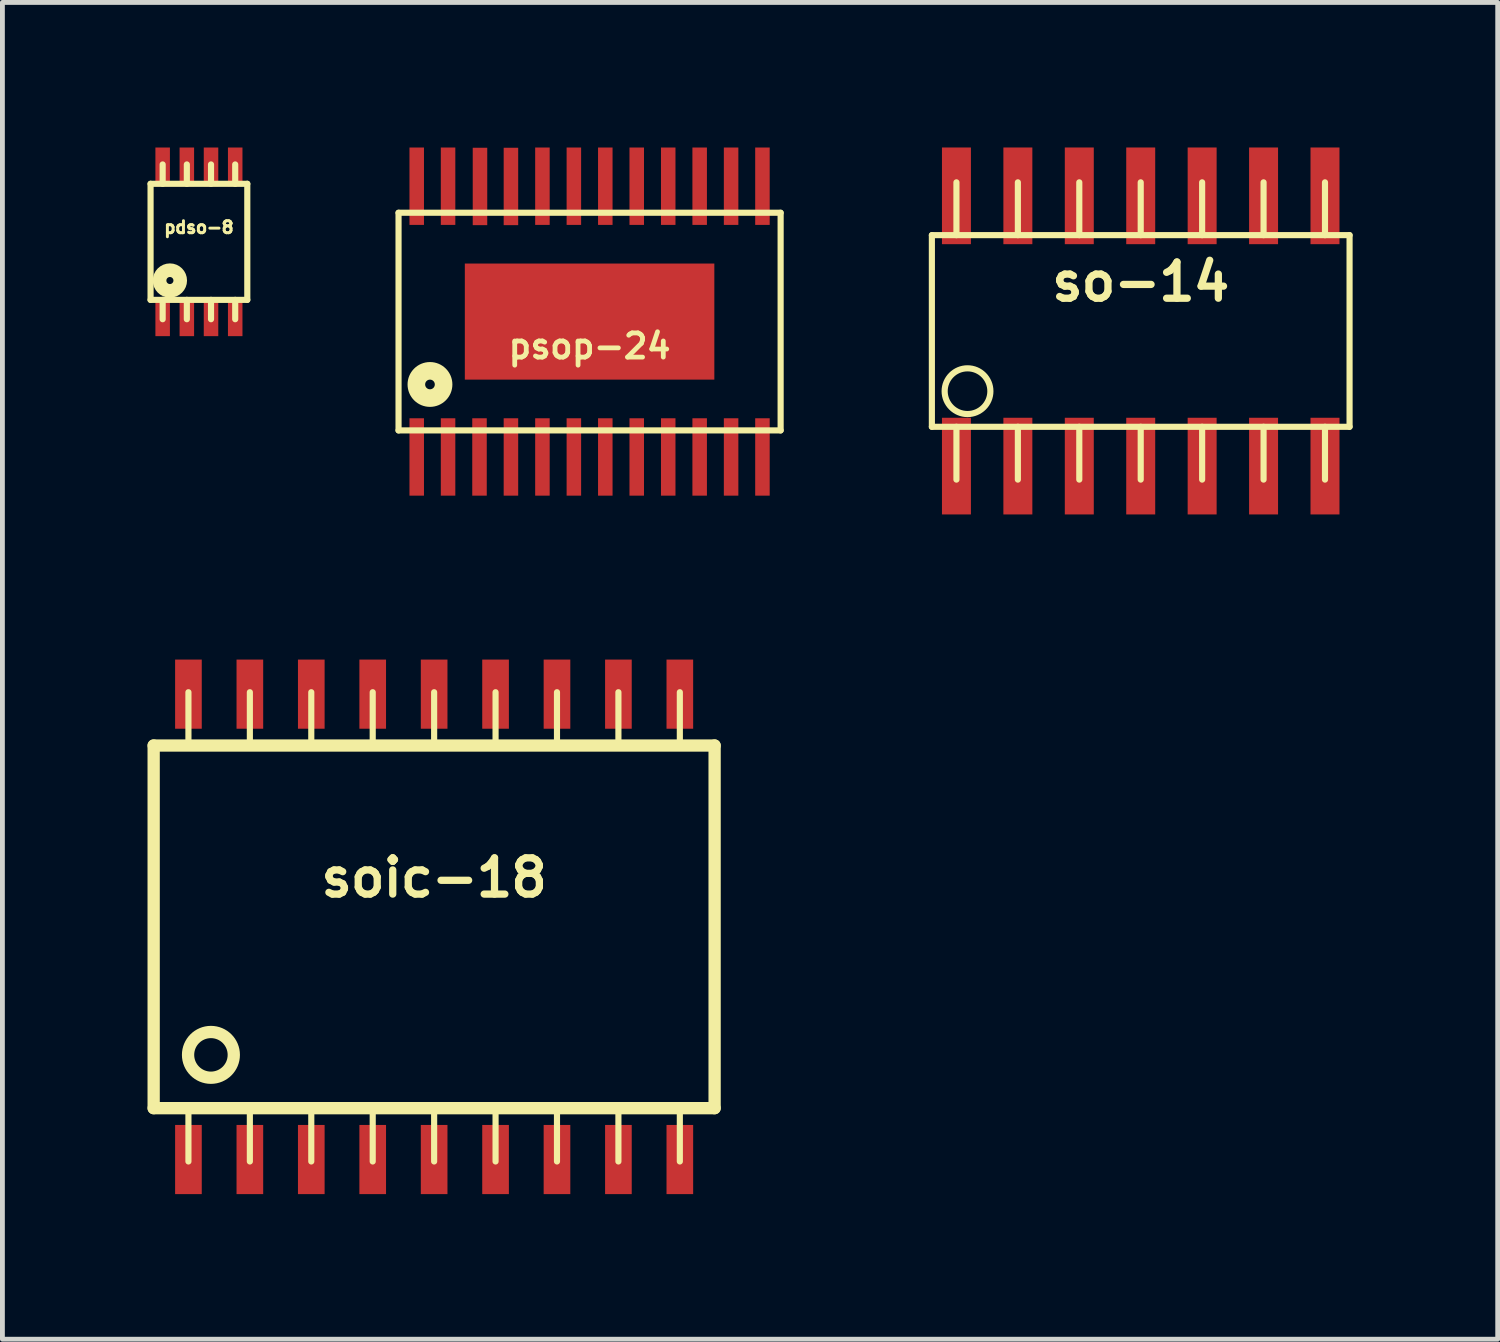
<source format=kicad_pcb>
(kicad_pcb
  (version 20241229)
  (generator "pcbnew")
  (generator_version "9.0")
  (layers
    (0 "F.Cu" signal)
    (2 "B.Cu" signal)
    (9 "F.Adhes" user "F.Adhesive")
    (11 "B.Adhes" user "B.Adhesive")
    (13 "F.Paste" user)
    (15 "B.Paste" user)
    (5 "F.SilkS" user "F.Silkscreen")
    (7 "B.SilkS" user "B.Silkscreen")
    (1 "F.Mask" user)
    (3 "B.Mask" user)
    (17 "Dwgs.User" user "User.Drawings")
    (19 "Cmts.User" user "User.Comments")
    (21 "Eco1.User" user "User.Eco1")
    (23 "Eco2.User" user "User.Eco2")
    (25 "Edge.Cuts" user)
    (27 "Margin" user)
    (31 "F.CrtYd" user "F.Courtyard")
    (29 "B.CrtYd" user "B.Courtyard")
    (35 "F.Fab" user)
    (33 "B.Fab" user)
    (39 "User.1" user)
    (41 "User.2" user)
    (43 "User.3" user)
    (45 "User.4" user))
  (footprint "soic-18"
    (layer "F.Cu")
    (at 5.926 16.113)
    (property "Reference" "soic-18" (at 0 -1.016 0) (layer "F.SilkS") (effects (font (size 0.749 0.749) (thickness 0.15))))
    (attr through_hole)
    (fp_line (start -5.799 -3.749) (end -5.799 3.749) (stroke (width 0.254) (type solid)) (layer "F.SilkS"))
    (fp_line (start -5.799 3.749) (end 5.799 3.749) (stroke (width 0.254) (type solid)) (layer "F.SilkS"))
    (fp_line (start -5.08 -3.759) (end -5.08 -4.851) (stroke (width 0.127) (type solid)) (layer "F.SilkS"))
    (fp_line (start -5.08 4.851) (end -5.08 3.759) (stroke (width 0.127) (type solid)) (layer "F.SilkS"))
    (fp_line (start -3.81 -3.759) (end -3.81 -4.851) (stroke (width 0.127) (type solid)) (layer "F.SilkS"))
    (fp_line (start -3.81 3.759) (end -3.81 4.851) (stroke (width 0.127) (type solid)) (layer "F.SilkS"))
    (fp_line (start -2.54 -3.759) (end -2.54 -4.851) (stroke (width 0.127) (type solid)) (layer "F.SilkS"))
    (fp_line (start -2.54 4.851) (end -2.54 3.759) (stroke (width 0.127) (type solid)) (layer "F.SilkS"))
    (fp_line (start -1.27 -4.851) (end -1.27 -3.759) (stroke (width 0.127) (type solid)) (layer "F.SilkS"))
    (fp_line (start -1.27 4.851) (end -1.27 3.759) (stroke (width 0.127) (type solid)) (layer "F.SilkS"))
    (fp_line (start 0 -4.851) (end 0 -3.759) (stroke (width 0.127) (type solid)) (layer "F.SilkS"))
    (fp_line (start 0 4.851) (end 0 3.759) (stroke (width 0.127) (type solid)) (layer "F.SilkS"))
    (fp_line (start 1.27 -4.851) (end 1.27 -3.759) (stroke (width 0.127) (type solid)) (layer "F.SilkS"))
    (fp_line (start 1.27 4.851) (end 1.27 3.759) (stroke (width 0.127) (type solid)) (layer "F.SilkS"))
    (fp_line (start 2.54 -3.759) (end 2.54 -4.851) (stroke (width 0.127) (type solid)) (layer "F.SilkS"))
    (fp_line (start 2.54 3.759) (end 2.54 4.851) (stroke (width 0.127) (type solid)) (layer "F.SilkS"))
    (fp_line (start 3.81 -3.759) (end 3.81 -4.851) (stroke (width 0.127) (type solid)) (layer "F.SilkS"))
    (fp_line (start 3.81 3.759) (end 3.81 4.851) (stroke (width 0.127) (type solid)) (layer "F.SilkS"))
    (fp_line (start 5.08 -3.759) (end 5.08 -4.851) (stroke (width 0.127) (type solid)) (layer "F.SilkS"))
    (fp_line (start 5.08 3.759) (end 5.08 4.851) (stroke (width 0.127) (type solid)) (layer "F.SilkS"))
    (fp_line (start 5.799 -3.749) (end -5.799 -3.749) (stroke (width 0.254) (type solid)) (layer "F.SilkS"))
    (fp_line (start 5.799 3.749) (end 5.799 -3.749) (stroke (width 0.254) (type solid)) (layer "F.SilkS"))
    (fp_circle (center -4.615 2.647) (end -4.895 3.028) (stroke (width 0.254) (type solid)) (fill no) (layer "F.SilkS"))
    (pad "1" smd rect (at -5.08 4.811) (size 0.551 1.43) (layers "F.Cu" "F.Mask" "F.Paste"))
    (pad "2" smd rect (at -3.81 4.811) (size 0.551 1.43) (layers "F.Cu" "F.Mask" "F.Paste"))
    (pad "3" smd rect (at -2.54 4.811) (size 0.551 1.43) (layers "F.Cu" "F.Mask" "F.Paste"))
    (pad "4" smd rect (at -1.27 4.811) (size 0.551 1.43) (layers "F.Cu" "F.Mask" "F.Paste"))
    (pad "5" smd rect (at 0 4.811) (size 0.551 1.43) (layers "F.Cu" "F.Mask" "F.Paste"))
    (pad "6" smd rect (at 1.27 4.811) (size 0.551 1.43) (layers "F.Cu" "F.Mask" "F.Paste"))
    (pad "7" smd rect (at 2.54 4.811) (size 0.551 1.43) (layers "F.Cu" "F.Mask" "F.Paste"))
    (pad "8" smd rect (at 3.81 4.811) (size 0.551 1.43) (layers "F.Cu" "F.Mask" "F.Paste"))
    (pad "9" smd rect (at 5.08 4.811) (size 0.551 1.43) (layers "F.Cu" "F.Mask" "F.Paste"))
    (pad "10" smd rect (at 5.08 -4.811) (size 0.551 1.43) (layers "F.Cu" "F.Mask" "F.Paste"))
    (pad "11" smd rect (at 3.81 -4.811) (size 0.551 1.43) (layers "F.Cu" "F.Mask" "F.Paste"))
    (pad "12" smd rect (at 2.54 -4.811) (size 0.551 1.43) (layers "F.Cu" "F.Mask" "F.Paste"))
    (pad "13" smd rect (at 1.27 -4.811) (size 0.551 1.43) (layers "F.Cu" "F.Mask" "F.Paste"))
    (pad "14" smd rect (at 0 -4.811) (size 0.551 1.43) (layers "F.Cu" "F.Mask" "F.Paste"))
    (pad "15" smd rect (at -1.27 -4.811) (size 0.551 1.43) (layers "F.Cu" "F.Mask" "F.Paste"))
    (pad "16" smd rect (at -2.54 -4.811) (size 0.551 1.43) (layers "F.Cu" "F.Mask" "F.Paste"))
    (pad "17" smd rect (at -3.81 -4.811) (size 0.551 1.43) (layers "F.Cu" "F.Mask" "F.Paste"))
    (pad "18" smd rect (at -5.08 -4.811) (size 0.551 1.43) (layers "F.Cu" "F.Mask" "F.Paste")))
  (footprint "so-14"
    (layer "F.Cu")
    (at 20.535 3.793)
    (property "Reference" "so-14" (at 0 -1.016 0) (layer "F.SilkS") (effects (font (size 0.749 0.749) (thickness 0.15))))
    (attr through_hole)
    (fp_line (start -4.318 -1.981) (end -4.318 1.981) (stroke (width 0.127) (type solid)) (layer "F.SilkS"))
    (fp_line (start -4.318 1.981) (end 4.318 1.981) (stroke (width 0.127) (type solid)) (layer "F.SilkS"))
    (fp_line (start -3.81 -1.981) (end -3.81 -3.073) (stroke (width 0.127) (type solid)) (layer "F.SilkS"))
    (fp_line (start -3.81 1.981) (end -3.81 3.073) (stroke (width 0.127) (type solid)) (layer "F.SilkS"))
    (fp_line (start -2.54 -1.981) (end -2.54 -3.073) (stroke (width 0.127) (type solid)) (layer "F.SilkS"))
    (fp_line (start -2.54 3.073) (end -2.54 1.981) (stroke (width 0.127) (type solid)) (layer "F.SilkS"))
    (fp_line (start -1.27 -1.981) (end -1.27 -3.073) (stroke (width 0.127) (type solid)) (layer "F.SilkS"))
    (fp_line (start -1.27 3.073) (end -1.27 1.981) (stroke (width 0.127) (type solid)) (layer "F.SilkS"))
    (fp_line (start 0 -1.981) (end 0 -3.073) (stroke (width 0.127) (type solid)) (layer "F.SilkS"))
    (fp_line (start 0 3.073) (end 0 1.981) (stroke (width 0.127) (type solid)) (layer "F.SilkS"))
    (fp_line (start 1.27 -3.073) (end 1.27 -1.981) (stroke (width 0.127) (type solid)) (layer "F.SilkS"))
    (fp_line (start 1.27 3.073) (end 1.27 1.981) (stroke (width 0.127) (type solid)) (layer "F.SilkS"))
    (fp_line (start 2.54 -3.073) (end 2.54 -1.981) (stroke (width 0.127) (type solid)) (layer "F.SilkS"))
    (fp_line (start 2.54 1.981) (end 2.54 3.073) (stroke (width 0.127) (type solid)) (layer "F.SilkS"))
    (fp_line (start 3.81 -3.073) (end 3.81 -1.981) (stroke (width 0.127) (type solid)) (layer "F.SilkS"))
    (fp_line (start 3.81 1.981) (end 3.81 3.073) (stroke (width 0.127) (type solid)) (layer "F.SilkS"))
    (fp_line (start 4.318 -1.981) (end -4.318 -1.981) (stroke (width 0.127) (type solid)) (layer "F.SilkS"))
    (fp_line (start 4.318 1.981) (end 4.318 -1.981) (stroke (width 0.127) (type solid)) (layer "F.SilkS"))
    (fp_circle (center -3.581 1.245) (end -3.861 1.626) (stroke (width 0.127) (type solid)) (fill no) (layer "F.SilkS"))
    (pad "1" smd rect (at -3.81 2.794) (size 0.599 1.999) (layers "F.Cu" "F.Mask" "F.Paste"))
    (pad "2" smd rect (at -2.54 2.794) (size 0.599 1.999) (layers "F.Cu" "F.Mask" "F.Paste"))
    (pad "3" smd rect (at -1.27 2.794) (size 0.599 1.999) (layers "F.Cu" "F.Mask" "F.Paste"))
    (pad "4" smd rect (at 0 2.794) (size 0.599 1.999) (layers "F.Cu" "F.Mask" "F.Paste"))
    (pad "5" smd rect (at 1.27 2.794) (size 0.599 1.999) (layers "F.Cu" "F.Mask" "F.Paste"))
    (pad "6" smd rect (at 2.54 2.794) (size 0.599 1.999) (layers "F.Cu" "F.Mask" "F.Paste"))
    (pad "7" smd rect (at 3.81 2.794) (size 0.599 1.999) (layers "F.Cu" "F.Mask" "F.Paste"))
    (pad "8" smd rect (at 3.81 -2.794) (size 0.599 1.999) (layers "F.Cu" "F.Mask" "F.Paste"))
    (pad "9" smd rect (at 2.54 -2.794) (size 0.599 1.999) (layers "F.Cu" "F.Mask" "F.Paste"))
    (pad "10" smd rect (at 1.27 -2.794) (size 0.599 1.999) (layers "F.Cu" "F.Mask" "F.Paste"))
    (pad "11" smd rect (at 0 -2.794) (size 0.599 1.999) (layers "F.Cu" "F.Mask" "F.Paste"))
    (pad "12" smd rect (at -1.27 -2.794) (size 0.599 1.999) (layers "F.Cu" "F.Mask" "F.Paste"))
    (pad "13" smd rect (at -2.54 -2.794) (size 0.599 1.999) (layers "F.Cu" "F.Mask" "F.Paste"))
    (pad "14" smd rect (at -3.81 -2.794) (size 0.599 1.999) (layers "F.Cu" "F.Mask" "F.Paste")))
  (footprint "psop-24"
    (layer "F.Cu")
    (at 9.14 3.599)
    (property "Reference" "psop-24" (at 0 0.508 0) (layer "F.SilkS") (effects (font (size 0.5 0.5) (thickness 0.099))))
    (attr through_hole)
    (fp_line (start -3.95 -2.25) (end -3.95 2.25) (stroke (width 0.127) (type solid)) (layer "F.SilkS"))
    (fp_line (start -3.95 2.25) (end 3.95 2.25) (stroke (width 0.127) (type solid)) (layer "F.SilkS"))
    (fp_line (start 3.95 -2.25) (end -3.95 -2.25) (stroke (width 0.127) (type solid)) (layer "F.SilkS"))
    (fp_line (start 3.95 2.25) (end 3.95 -2.25) (stroke (width 0.127) (type solid)) (layer "F.SilkS"))
    (fp_circle (center -3.3 1.3) (end -3.7 1.3) (stroke (width 0.127) (type solid)) (fill no) (layer "F.SilkS"))
    (fp_circle (center -3.3 1.3) (end -3.6 1.3) (stroke (width 0.127) (type solid)) (fill no) (layer "F.SilkS"))
    (fp_circle (center -3.3 1.3) (end -3.5 1.3) (stroke (width 0.127) (type solid)) (fill no) (layer "F.SilkS"))
    (fp_circle (center -3.3 1.3) (end -3.4 1.3) (stroke (width 0.3) (type solid)) (fill no) (layer "F.SilkS"))
    (pad "1" smd rect (at -3.574 2.799) (size 0.3 1.6) (layers "F.Cu" "F.Mask" "F.Paste"))
    (pad "2" smd rect (at -2.926 2.799) (size 0.3 1.6) (layers "F.Cu" "F.Mask" "F.Paste"))
    (pad "3" smd rect (at -2.276 2.799) (size 0.3 1.6) (layers "F.Cu" "F.Mask" "F.Paste"))
    (pad "4" smd rect (at -1.626 2.799) (size 0.3 1.6) (layers "F.Cu" "F.Mask" "F.Paste"))
    (pad "5" smd rect (at -0.975 2.799) (size 0.3 1.6) (layers "F.Cu" "F.Mask" "F.Paste"))
    (pad "6" smd rect (at -0.325 2.799) (size 0.3 1.6) (layers "F.Cu" "F.Mask" "F.Paste"))
    (pad "7" smd rect (at 0.325 2.799) (size 0.3 1.6) (layers "F.Cu" "F.Mask" "F.Paste"))
    (pad "8" smd rect (at 0.975 2.799) (size 0.3 1.6) (layers "F.Cu" "F.Mask" "F.Paste"))
    (pad "9" smd rect (at 1.626 2.799) (size 0.3 1.6) (layers "F.Cu" "F.Mask" "F.Paste"))
    (pad "10" smd rect (at 2.276 2.799) (size 0.3 1.6) (layers "F.Cu" "F.Mask" "F.Paste"))
    (pad "11" smd rect (at 2.926 2.799) (size 0.3 1.6) (layers "F.Cu" "F.Mask" "F.Paste"))
    (pad "12" smd rect (at 3.574 2.799) (size 0.3 1.6) (layers "F.Cu" "F.Mask" "F.Paste"))
    (pad "13" smd rect (at 3.574 -2.799) (size 0.3 1.6) (layers "F.Cu" "F.Mask" "F.Paste"))
    (pad "14" smd rect (at 2.926 -2.799) (size 0.3 1.6) (layers "F.Cu" "F.Mask" "F.Paste"))
    (pad "15" smd rect (at 2.276 -2.799) (size 0.3 1.6) (layers "F.Cu" "F.Mask" "F.Paste"))
    (pad "16" smd rect (at 1.626 -2.799) (size 0.3 1.6) (layers "F.Cu" "F.Mask" "F.Paste"))
    (pad "17" smd rect (at 0.975 -2.799) (size 0.3 1.6) (layers "F.Cu" "F.Mask" "F.Paste"))
    (pad "18" smd rect (at 0.325 -2.799) (size 0.3 1.6) (layers "F.Cu" "F.Mask" "F.Paste"))
    (pad "19" smd rect (at -0.325 -2.799) (size 0.3 1.6) (layers "F.Cu" "F.Mask" "F.Paste"))
    (pad "20" smd rect (at -0.975 -2.799) (size 0.3 1.6) (layers "F.Cu" "F.Mask" "F.Paste"))
    (pad "21" smd rect (at -1.626 -2.794) (size 0.3 1.6) (layers "F.Cu" "F.Mask" "F.Paste"))
    (pad "22" smd rect (at -2.266 -2.794) (size 0.3 1.6) (layers "F.Cu" "F.Mask" "F.Paste"))
    (pad "23" smd rect (at -2.926 -2.799) (size 0.3 1.6) (layers "F.Cu" "F.Mask" "F.Paste"))
    (pad "24" smd rect (at -3.574 -2.799) (size 0.3 1.6) (layers "F.Cu" "F.Mask" "F.Paste"))
    (pad "25" smd rect (at 0 0) (size 5.159 2.4) (layers "F.Cu" "F.Mask" "F.Paste")))
  (footprint "pdso-8"
    (layer "F.Cu")
    (at 1.063 1.95)
    (property "Reference" "pdso-8" (at 0 -0.3 0) (layer "F.SilkS") (effects (font (size 0.249 0.249) (thickness 0.061))))
    (attr through_hole)
    (fp_line (start -1 -1.2) (end 1 -1.2) (stroke (width 0.127) (type solid)) (layer "F.SilkS"))
    (fp_line (start -1 1.2) (end -1 -1.2) (stroke (width 0.127) (type solid)) (layer "F.SilkS"))
    (fp_line (start -0.75 -1.6) (end -0.75 -1.2) (stroke (width 0.127) (type solid)) (layer "F.SilkS"))
    (fp_line (start -0.75 1.2) (end -0.75 1.6) (stroke (width 0.127) (type solid)) (layer "F.SilkS"))
    (fp_line (start -0.25 -1.6) (end -0.25 -1.2) (stroke (width 0.127) (type solid)) (layer "F.SilkS"))
    (fp_line (start -0.25 1.2) (end -0.25 1.6) (stroke (width 0.127) (type solid)) (layer "F.SilkS"))
    (fp_line (start 0.25 -1.6) (end 0.25 -1.2) (stroke (width 0.127) (type solid)) (layer "F.SilkS"))
    (fp_line (start 0.25 1.2) (end 0.25 1.6) (stroke (width 0.127) (type solid)) (layer "F.SilkS"))
    (fp_line (start 0.75 -1.6) (end 0.75 -1.2) (stroke (width 0.127) (type solid)) (layer "F.SilkS"))
    (fp_line (start 0.75 1.2) (end 0.75 1.6) (stroke (width 0.127) (type solid)) (layer "F.SilkS"))
    (fp_line (start 1 -1.2) (end 1 1.2) (stroke (width 0.127) (type solid)) (layer "F.SilkS"))
    (fp_line (start 1 1.2) (end -1 1.2) (stroke (width 0.127) (type solid)) (layer "F.SilkS"))
    (fp_circle (center -0.6 0.8) (end -0.8 0.8) (stroke (width 0.254) (type solid)) (fill no) (layer "F.SilkS"))
    (fp_circle (center -0.6 0.8) (end -0.7 0.8) (stroke (width 0.254) (type solid)) (fill no) (layer "F.SilkS"))
    (pad "1" smd rect (at -0.75 1.55) (size 0.3 0.8) (layers "F.Cu" "F.Mask" "F.Paste"))
    (pad "2" smd rect (at -0.25 1.55) (size 0.3 0.8) (layers "F.Cu" "F.Mask" "F.Paste"))
    (pad "3" smd rect (at 0.25 1.55) (size 0.3 0.8) (layers "F.Cu" "F.Mask" "F.Paste"))
    (pad "4" smd rect (at 0.75 1.55) (size 0.3 0.8) (layers "F.Cu" "F.Mask" "F.Paste"))
    (pad "5" smd rect (at 0.75 -1.55) (size 0.3 0.8) (layers "F.Cu" "F.Mask" "F.Paste"))
    (pad "6" smd rect (at 0.25 -1.55) (size 0.3 0.8) (layers "F.Cu" "F.Mask" "F.Paste"))
    (pad "7" smd rect (at -0.25 -1.55) (size 0.3 0.8) (layers "F.Cu" "F.Mask" "F.Paste"))
    (pad "8" smd rect (at -0.75 -1.55) (size 0.3 0.8) (layers "F.Cu" "F.Mask" "F.Paste")))
  (gr_rect
    (start -3 -3)
    (end 27.916 24.639)
    (stroke (width 0.1) (type default))
    (fill no)
    (layer "Edge.Cuts")))
</source>
